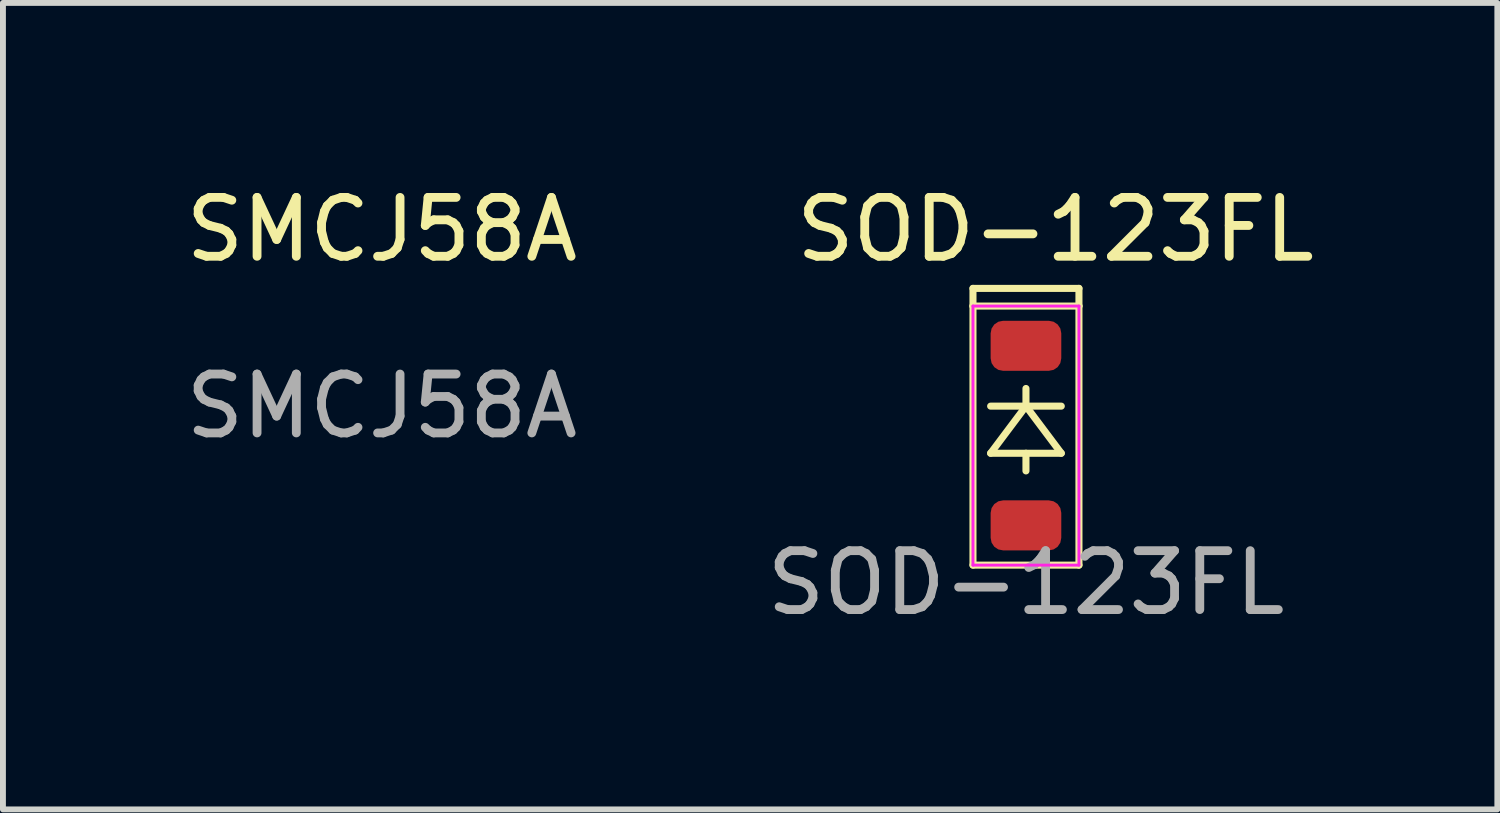
<source format=kicad_pcb>
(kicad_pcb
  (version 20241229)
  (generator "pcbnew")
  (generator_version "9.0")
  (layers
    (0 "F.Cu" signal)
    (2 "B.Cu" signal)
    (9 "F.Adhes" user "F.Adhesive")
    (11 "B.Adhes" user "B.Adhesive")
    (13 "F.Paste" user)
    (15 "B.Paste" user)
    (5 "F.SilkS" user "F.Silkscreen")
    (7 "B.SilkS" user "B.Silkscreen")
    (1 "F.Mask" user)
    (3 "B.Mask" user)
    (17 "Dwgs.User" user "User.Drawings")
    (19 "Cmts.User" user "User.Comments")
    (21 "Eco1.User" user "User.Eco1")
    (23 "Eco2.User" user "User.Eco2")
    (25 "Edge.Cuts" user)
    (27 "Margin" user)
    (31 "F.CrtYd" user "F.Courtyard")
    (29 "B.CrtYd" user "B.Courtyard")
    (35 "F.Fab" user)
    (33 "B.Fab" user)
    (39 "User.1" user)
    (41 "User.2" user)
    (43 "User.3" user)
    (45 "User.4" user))
  (footprint "SMCJ58A"
    (layer "F.Cu")
    (at 3.435 1.348)
    (property "Reference" "SMCJ58A" (at 0 -0.5 0) (unlocked yes) (layer "F.SilkS") (effects (font (size 1 1) (thickness 0.15))))
    (attr smd)
    (fp_text user "${REFERENCE}" (at 0 2.5 0) (unlocked yes) (layer "F.Fab") (effects (font (size 1 1) (thickness 0.15)))))
  (footprint "SOD-123FL"
    (layer "F.Cu")
    (at 14.375 4.348)
    (property "Reference" "SOD-123FL" (at 0.5 -3.5 0) (unlocked yes) (layer "F.SilkS") (effects (font (size 1 1) (thickness 0.15))))
    (attr smd)
    (fp_line (start -0.9 -2.5) (end 0.9 -2.5) (stroke (width 0.12) (type solid)) (layer "F.SilkS"))
    (fp_line (start -0.9 -2.2) (end -0.9 -2.5) (stroke (width 0.12) (type solid)) (layer "F.SilkS"))
    (fp_line (start -0.9 -2.2) (end 0.9 -2.2) (stroke (width 0.12) (type solid)) (layer "F.SilkS"))
    (fp_line (start -0.9 2.2) (end -0.9 -2.2) (stroke (width 0.12) (type solid)) (layer "F.SilkS"))
    (fp_line (start -0.6 -0.5) (end 0.6 -0.5) (stroke (width 0.12) (type solid)) (layer "F.SilkS"))
    (fp_line (start -0.6 0.3) (end 0.6 0.3) (stroke (width 0.12) (type solid)) (layer "F.SilkS"))
    (fp_line (start 0 -0.5) (end -0.6 0.3) (stroke (width 0.12) (type solid)) (layer "F.SilkS"))
    (fp_line (start 0 -0.5) (end 0 -0.8) (stroke (width 0.12) (type solid)) (layer "F.SilkS"))
    (fp_line (start 0 0.3) (end 0 0.6) (stroke (width 0.12) (type solid)) (layer "F.SilkS"))
    (fp_line (start 0.6 0.3) (end 0 -0.5) (stroke (width 0.12) (type solid)) (layer "F.SilkS"))
    (fp_line (start 0.9 -2.5) (end 0.9 -2.2) (stroke (width 0.12) (type solid)) (layer "F.SilkS"))
    (fp_line (start 0.9 -2.2) (end 0.9 2.2) (stroke (width 0.12) (type solid)) (layer "F.SilkS"))
    (fp_line (start 0.9 2.2) (end -0.9 2.2) (stroke (width 0.12) (type solid)) (layer "F.SilkS"))
    (fp_line (start -0.9 -2.2) (end 0.9 -2.2) (stroke (width 0.05) (type solid)) (layer "F.CrtYd"))
    (fp_line (start -0.9 2.2) (end -0.9 -2.2) (stroke (width 0.05) (type solid)) (layer "F.CrtYd"))
    (fp_line (start 0.9 -2.2) (end 0.9 2.2) (stroke (width 0.05) (type solid)) (layer "F.CrtYd"))
    (fp_line (start 0.9 2.2) (end -0.9 2.2) (stroke (width 0.05) (type solid)) (layer "F.CrtYd"))
    (fp_text user "${REFERENCE}" (at 0 2.5 0) (unlocked yes) (layer "F.Fab") (effects (font (size 1 1) (thickness 0.15))))
    (pad "1" smd roundrect (at 0 -1.525) (size 1.2 0.85) (layers "F.Cu" "F.Mask" "F.Paste") (roundrect_rratio 0.25))
    (pad "2" smd roundrect (at 0 1.525) (size 1.2 0.85) (layers "F.Cu" "F.Mask" "F.Paste") (roundrect_rratio 0.25)))
  (gr_rect
    (start -3 -3)
    (end 22.381 10.697)
    (stroke (width 0.1) (type default))
    (fill no)
    (layer "Edge.Cuts")))
</source>
